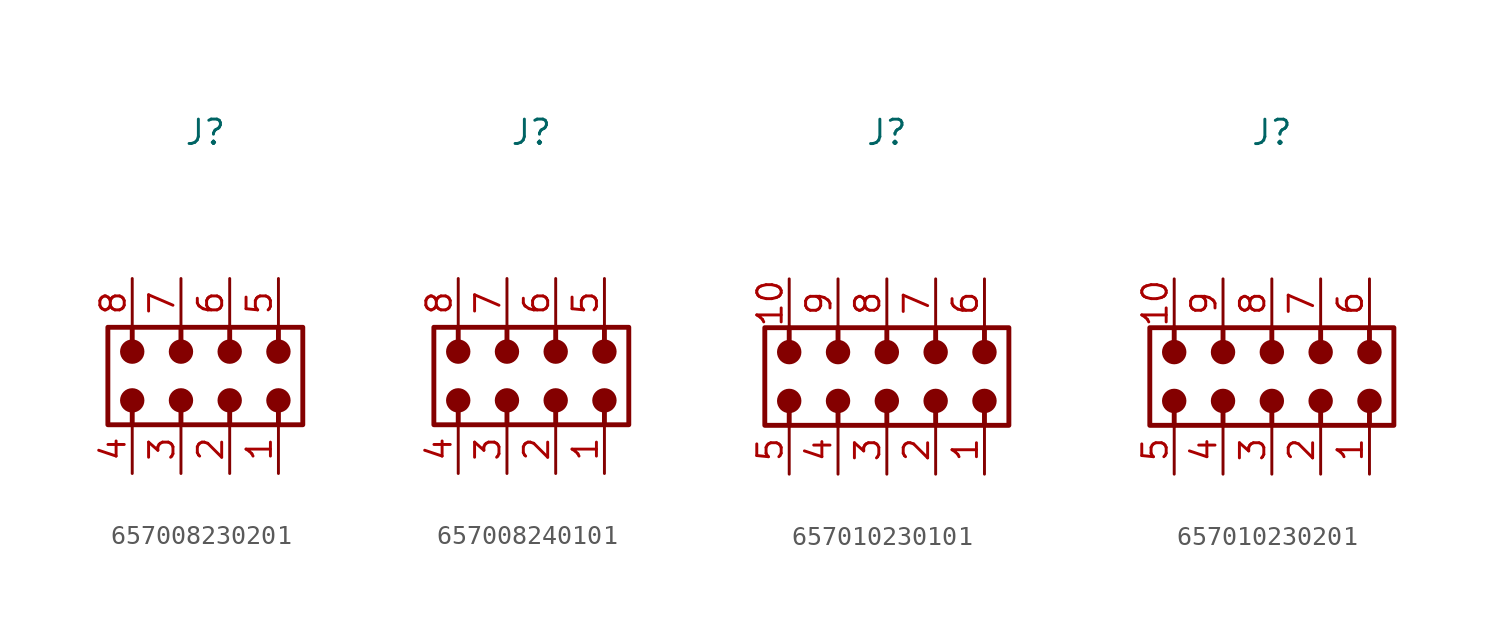
<source format=kicad_sym>
(kicad_symbol_lib
  (version 20241209)
  (generator "kicad_symbol_editor")
  (generator_version "9.0")
  (symbol "657008230201"
    (pin_names
      (hide yes))
    (property "Reference" "J"
      (at 0 12.7 0)
      (effects (font (size 1.27 1.27))))
    (symbol "657008230201_1_1"
      (rectangle (start -5.08 2.54) (end 5.08 -2.54) (stroke (width 0.254) (type solid)) (fill (type none)))
      (polyline (pts (xy -3.81 1.778) (xy -3.81 2.54)) (stroke (width 0.254) (type solid)) (fill (type none)))
      (circle (center -3.81 1.27) (radius 0.508) (stroke (width 0.254) (type solid)) (fill (type outline)))
      (circle (center -3.81 -1.27) (radius 0.508) (stroke (width 0.254) (type solid)) (fill (type outline)))
      (polyline (pts (xy -3.81 -1.778) (xy -3.81 -2.54)) (stroke (width 0.254) (type solid)) (fill (type none)))
      (polyline (pts (xy -1.27 1.778) (xy -1.27 2.54)) (stroke (width 0.254) (type solid)) (fill (type none)))
      (circle (center -1.27 1.27) (radius 0.508) (stroke (width 0.254) (type solid)) (fill (type outline)))
      (circle (center -1.27 -1.27) (radius 0.508) (stroke (width 0.254) (type solid)) (fill (type outline)))
      (polyline (pts (xy -1.27 -1.778) (xy -1.27 -2.54)) (stroke (width 0.254) (type solid)) (fill (type none)))
      (polyline (pts (xy 1.27 1.778) (xy 1.27 2.54)) (stroke (width 0.254) (type solid)) (fill (type none)))
      (circle (center 1.27 1.27) (radius 0.508) (stroke (width 0.254) (type solid)) (fill (type outline)))
      (circle (center 1.27 -1.27) (radius 0.508) (stroke (width 0.254) (type solid)) (fill (type outline)))
      (polyline (pts (xy 1.27 -1.778) (xy 1.27 -2.54)) (stroke (width 0.254) (type solid)) (fill (type none)))
      (polyline (pts (xy 3.81 1.778) (xy 3.81 2.54)) (stroke (width 0.254) (type solid)) (fill (type none)))
      (circle (center 3.81 1.27) (radius 0.508) (stroke (width 0.254) (type solid)) (fill (type outline)))
      (circle (center 3.81 -1.27) (radius 0.508) (stroke (width 0.254) (type solid)) (fill (type outline)))
      (polyline (pts (xy 3.81 -1.778) (xy 3.81 -2.54)) (stroke (width 0.254) (type solid)) (fill (type none)))
      (pin passive line (at -3.81 5.08 270) (length 2.54) (name "8" (effects (font (size 1.27 1.27)))) (number "8" (effects (font (size 1.27 1.27)))))
      (pin passive line (at -3.81 -5.08 90) (length 2.54) (name "4" (effects (font (size 1.27 1.27)))) (number "4" (effects (font (size 1.27 1.27)))))
      (pin passive line (at -1.27 5.08 270) (length 2.54) (name "7" (effects (font (size 1.27 1.27)))) (number "7" (effects (font (size 1.27 1.27)))))
      (pin passive line (at -1.27 -5.08 90) (length 2.54) (name "3" (effects (font (size 1.27 1.27)))) (number "3" (effects (font (size 1.27 1.27)))))
      (pin passive line (at 1.27 5.08 270) (length 2.54) (name "6" (effects (font (size 1.27 1.27)))) (number "6" (effects (font (size 1.27 1.27)))))
      (pin passive line (at 1.27 -5.08 90) (length 2.54) (name "2" (effects (font (size 1.27 1.27)))) (number "2" (effects (font (size 1.27 1.27)))))
      (pin passive line (at 3.81 5.08 270) (length 2.54) (name "5" (effects (font (size 1.27 1.27)))) (number "5" (effects (font (size 1.27 1.27)))))
      (pin passive line (at 3.81 -5.08 90) (length 2.54) (name "1" (effects (font (size 1.27 1.27)))) (number "1" (effects (font (size 1.27 1.27)))))))
  (symbol "657008240101"
    (pin_names
      (hide yes))
    (property "Reference" "J"
      (at 0 12.7 0)
      (effects (font (size 1.27 1.27))))
    (symbol "657008240101_1_1"
      (rectangle (start -5.08 2.54) (end 5.08 -2.54) (stroke (width 0.254) (type solid)) (fill (type none)))
      (polyline (pts (xy -3.81 1.778) (xy -3.81 2.54)) (stroke (width 0.254) (type solid)) (fill (type none)))
      (circle (center -3.81 1.27) (radius 0.508) (stroke (width 0.254) (type solid)) (fill (type outline)))
      (circle (center -3.81 -1.27) (radius 0.508) (stroke (width 0.254) (type solid)) (fill (type outline)))
      (polyline (pts (xy -3.81 -1.778) (xy -3.81 -2.54)) (stroke (width 0.254) (type solid)) (fill (type none)))
      (polyline (pts (xy -1.27 1.778) (xy -1.27 2.54)) (stroke (width 0.254) (type solid)) (fill (type none)))
      (circle (center -1.27 1.27) (radius 0.508) (stroke (width 0.254) (type solid)) (fill (type outline)))
      (circle (center -1.27 -1.27) (radius 0.508) (stroke (width 0.254) (type solid)) (fill (type outline)))
      (polyline (pts (xy -1.27 -1.778) (xy -1.27 -2.54)) (stroke (width 0.254) (type solid)) (fill (type none)))
      (polyline (pts (xy 1.27 1.778) (xy 1.27 2.54)) (stroke (width 0.254) (type solid)) (fill (type none)))
      (circle (center 1.27 1.27) (radius 0.508) (stroke (width 0.254) (type solid)) (fill (type outline)))
      (circle (center 1.27 -1.27) (radius 0.508) (stroke (width 0.254) (type solid)) (fill (type outline)))
      (polyline (pts (xy 1.27 -1.778) (xy 1.27 -2.54)) (stroke (width 0.254) (type solid)) (fill (type none)))
      (polyline (pts (xy 3.81 1.778) (xy 3.81 2.54)) (stroke (width 0.254) (type solid)) (fill (type none)))
      (circle (center 3.81 1.27) (radius 0.508) (stroke (width 0.254) (type solid)) (fill (type outline)))
      (circle (center 3.81 -1.27) (radius 0.508) (stroke (width 0.254) (type solid)) (fill (type outline)))
      (polyline (pts (xy 3.81 -1.778) (xy 3.81 -2.54)) (stroke (width 0.254) (type solid)) (fill (type none)))
      (pin passive line (at -3.81 5.08 270) (length 2.54) (name "8" (effects (font (size 1.27 1.27)))) (number "8" (effects (font (size 1.27 1.27)))))
      (pin passive line (at -3.81 -5.08 90) (length 2.54) (name "4" (effects (font (size 1.27 1.27)))) (number "4" (effects (font (size 1.27 1.27)))))
      (pin passive line (at -1.27 5.08 270) (length 2.54) (name "7" (effects (font (size 1.27 1.27)))) (number "7" (effects (font (size 1.27 1.27)))))
      (pin passive line (at -1.27 -5.08 90) (length 2.54) (name "3" (effects (font (size 1.27 1.27)))) (number "3" (effects (font (size 1.27 1.27)))))
      (pin passive line (at 1.27 5.08 270) (length 2.54) (name "6" (effects (font (size 1.27 1.27)))) (number "6" (effects (font (size 1.27 1.27)))))
      (pin passive line (at 1.27 -5.08 90) (length 2.54) (name "2" (effects (font (size 1.27 1.27)))) (number "2" (effects (font (size 1.27 1.27)))))
      (pin passive line (at 3.81 5.08 270) (length 2.54) (name "5" (effects (font (size 1.27 1.27)))) (number "5" (effects (font (size 1.27 1.27)))))
      (pin passive line (at 3.81 -5.08 90) (length 2.54) (name "1" (effects (font (size 1.27 1.27)))) (number "1" (effects (font (size 1.27 1.27)))))))
  (symbol "657010230101"
    (pin_names
      (hide yes))
    (property "Reference" "J"
      (at 0 12.7 0)
      (effects (font (size 1.27 1.27))))
    (symbol "657010230101_1_1"
      (rectangle (start -6.35 2.54) (end 6.35 -2.54) (stroke (width 0.254) (type solid)) (fill (type none)))
      (polyline (pts (xy -5.08 1.778) (xy -5.08 2.54)) (stroke (width 0.254) (type solid)) (fill (type none)))
      (circle (center -5.08 1.27) (radius 0.508) (stroke (width 0.254) (type solid)) (fill (type outline)))
      (circle (center -5.08 -1.27) (radius 0.508) (stroke (width 0.254) (type solid)) (fill (type outline)))
      (polyline (pts (xy -5.08 -1.778) (xy -5.08 -2.54)) (stroke (width 0.254) (type solid)) (fill (type none)))
      (polyline (pts (xy -2.54 1.778) (xy -2.54 2.54)) (stroke (width 0.254) (type solid)) (fill (type none)))
      (circle (center -2.54 1.27) (radius 0.508) (stroke (width 0.254) (type solid)) (fill (type outline)))
      (circle (center -2.54 -1.27) (radius 0.508) (stroke (width 0.254) (type solid)) (fill (type outline)))
      (polyline (pts (xy -2.54 -1.778) (xy -2.54 -2.54)) (stroke (width 0.254) (type solid)) (fill (type none)))
      (polyline (pts (xy 0 1.778) (xy 0 2.54)) (stroke (width 0.254) (type solid)) (fill (type none)))
      (circle (center 0 1.27) (radius 0.508) (stroke (width 0.254) (type solid)) (fill (type outline)))
      (circle (center 0 -1.27) (radius 0.508) (stroke (width 0.254) (type solid)) (fill (type outline)))
      (polyline (pts (xy 0 -1.778) (xy 0 -2.54)) (stroke (width 0.254) (type solid)) (fill (type none)))
      (polyline (pts (xy 2.54 1.778) (xy 2.54 2.54)) (stroke (width 0.254) (type solid)) (fill (type none)))
      (circle (center 2.54 1.27) (radius 0.508) (stroke (width 0.254) (type solid)) (fill (type outline)))
      (circle (center 2.54 -1.27) (radius 0.508) (stroke (width 0.254) (type solid)) (fill (type outline)))
      (polyline (pts (xy 2.54 -1.778) (xy 2.54 -2.54)) (stroke (width 0.254) (type solid)) (fill (type none)))
      (polyline (pts (xy 5.08 1.778) (xy 5.08 2.54)) (stroke (width 0.254) (type solid)) (fill (type none)))
      (circle (center 5.08 1.27) (radius 0.508) (stroke (width 0.254) (type solid)) (fill (type outline)))
      (circle (center 5.08 -1.27) (radius 0.508) (stroke (width 0.254) (type solid)) (fill (type outline)))
      (polyline (pts (xy 5.08 -1.778) (xy 5.08 -2.54)) (stroke (width 0.254) (type solid)) (fill (type none)))
      (pin passive line (at -5.08 5.08 270) (length 2.54) (name "10" (effects (font (size 1.27 1.27)))) (number "10" (effects (font (size 1.27 1.27)))))
      (pin passive line (at -5.08 -5.08 90) (length 2.54) (name "5" (effects (font (size 1.27 1.27)))) (number "5" (effects (font (size 1.27 1.27)))))
      (pin passive line (at -2.54 5.08 270) (length 2.54) (name "9" (effects (font (size 1.27 1.27)))) (number "9" (effects (font (size 1.27 1.27)))))
      (pin passive line (at -2.54 -5.08 90) (length 2.54) (name "4" (effects (font (size 1.27 1.27)))) (number "4" (effects (font (size 1.27 1.27)))))
      (pin passive line (at 0 5.08 270) (length 2.54) (name "8" (effects (font (size 1.27 1.27)))) (number "8" (effects (font (size 1.27 1.27)))))
      (pin passive line (at 0 -5.08 90) (length 2.54) (name "3" (effects (font (size 1.27 1.27)))) (number "3" (effects (font (size 1.27 1.27)))))
      (pin passive line (at 2.54 5.08 270) (length 2.54) (name "7" (effects (font (size 1.27 1.27)))) (number "7" (effects (font (size 1.27 1.27)))))
      (pin passive line (at 2.54 -5.08 90) (length 2.54) (name "2" (effects (font (size 1.27 1.27)))) (number "2" (effects (font (size 1.27 1.27)))))
      (pin passive line (at 5.08 5.08 270) (length 2.54) (name "6" (effects (font (size 1.27 1.27)))) (number "6" (effects (font (size 1.27 1.27)))))
      (pin passive line (at 5.08 -5.08 90) (length 2.54) (name "1" (effects (font (size 1.27 1.27)))) (number "1" (effects (font (size 1.27 1.27)))))))
  (symbol "657010230201"
    (pin_names
      (hide yes))
    (property "Reference" "J"
      (at 0 12.7 0)
      (effects (font (size 1.27 1.27))))
    (symbol "657010230201_1_1"
      (rectangle (start -6.35 2.54) (end 6.35 -2.54) (stroke (width 0.254) (type solid)) (fill (type none)))
      (polyline (pts (xy -5.08 1.778) (xy -5.08 2.54)) (stroke (width 0.254) (type solid)) (fill (type none)))
      (circle (center -5.08 1.27) (radius 0.508) (stroke (width 0.254) (type solid)) (fill (type outline)))
      (circle (center -5.08 -1.27) (radius 0.508) (stroke (width 0.254) (type solid)) (fill (type outline)))
      (polyline (pts (xy -5.08 -1.778) (xy -5.08 -2.54)) (stroke (width 0.254) (type solid)) (fill (type none)))
      (polyline (pts (xy -2.54 1.778) (xy -2.54 2.54)) (stroke (width 0.254) (type solid)) (fill (type none)))
      (circle (center -2.54 1.27) (radius 0.508) (stroke (width 0.254) (type solid)) (fill (type outline)))
      (circle (center -2.54 -1.27) (radius 0.508) (stroke (width 0.254) (type solid)) (fill (type outline)))
      (polyline (pts (xy -2.54 -1.778) (xy -2.54 -2.54)) (stroke (width 0.254) (type solid)) (fill (type none)))
      (polyline (pts (xy 0 1.778) (xy 0 2.54)) (stroke (width 0.254) (type solid)) (fill (type none)))
      (circle (center 0 1.27) (radius 0.508) (stroke (width 0.254) (type solid)) (fill (type outline)))
      (circle (center 0 -1.27) (radius 0.508) (stroke (width 0.254) (type solid)) (fill (type outline)))
      (polyline (pts (xy 0 -1.778) (xy 0 -2.54)) (stroke (width 0.254) (type solid)) (fill (type none)))
      (polyline (pts (xy 2.54 1.778) (xy 2.54 2.54)) (stroke (width 0.254) (type solid)) (fill (type none)))
      (circle (center 2.54 1.27) (radius 0.508) (stroke (width 0.254) (type solid)) (fill (type outline)))
      (circle (center 2.54 -1.27) (radius 0.508) (stroke (width 0.254) (type solid)) (fill (type outline)))
      (polyline (pts (xy 2.54 -1.778) (xy 2.54 -2.54)) (stroke (width 0.254) (type solid)) (fill (type none)))
      (polyline (pts (xy 5.08 1.778) (xy 5.08 2.54)) (stroke (width 0.254) (type solid)) (fill (type none)))
      (circle (center 5.08 1.27) (radius 0.508) (stroke (width 0.254) (type solid)) (fill (type outline)))
      (circle (center 5.08 -1.27) (radius 0.508) (stroke (width 0.254) (type solid)) (fill (type outline)))
      (polyline (pts (xy 5.08 -1.778) (xy 5.08 -2.54)) (stroke (width 0.254) (type solid)) (fill (type none)))
      (pin passive line (at -5.08 5.08 270) (length 2.54) (name "10" (effects (font (size 1.27 1.27)))) (number "10" (effects (font (size 1.27 1.27)))))
      (pin passive line (at -5.08 -5.08 90) (length 2.54) (name "5" (effects (font (size 1.27 1.27)))) (number "5" (effects (font (size 1.27 1.27)))))
      (pin passive line (at -2.54 5.08 270) (length 2.54) (name "9" (effects (font (size 1.27 1.27)))) (number "9" (effects (font (size 1.27 1.27)))))
      (pin passive line (at -2.54 -5.08 90) (length 2.54) (name "4" (effects (font (size 1.27 1.27)))) (number "4" (effects (font (size 1.27 1.27)))))
      (pin passive line (at 0 5.08 270) (length 2.54) (name "8" (effects (font (size 1.27 1.27)))) (number "8" (effects (font (size 1.27 1.27)))))
      (pin passive line (at 0 -5.08 90) (length 2.54) (name "3" (effects (font (size 1.27 1.27)))) (number "3" (effects (font (size 1.27 1.27)))))
      (pin passive line (at 2.54 5.08 270) (length 2.54) (name "7" (effects (font (size 1.27 1.27)))) (number "7" (effects (font (size 1.27 1.27)))))
      (pin passive line (at 2.54 -5.08 90) (length 2.54) (name "2" (effects (font (size 1.27 1.27)))) (number "2" (effects (font (size 1.27 1.27)))))
      (pin passive line (at 5.08 5.08 270) (length 2.54) (name "6" (effects (font (size 1.27 1.27)))) (number "6" (effects (font (size 1.27 1.27)))))
      (pin passive line (at 5.08 -5.08 90) (length 2.54) (name "1" (effects (font (size 1.27 1.27)))) (number "1" (effects (font (size 1.27 1.27))))))))
</source>
